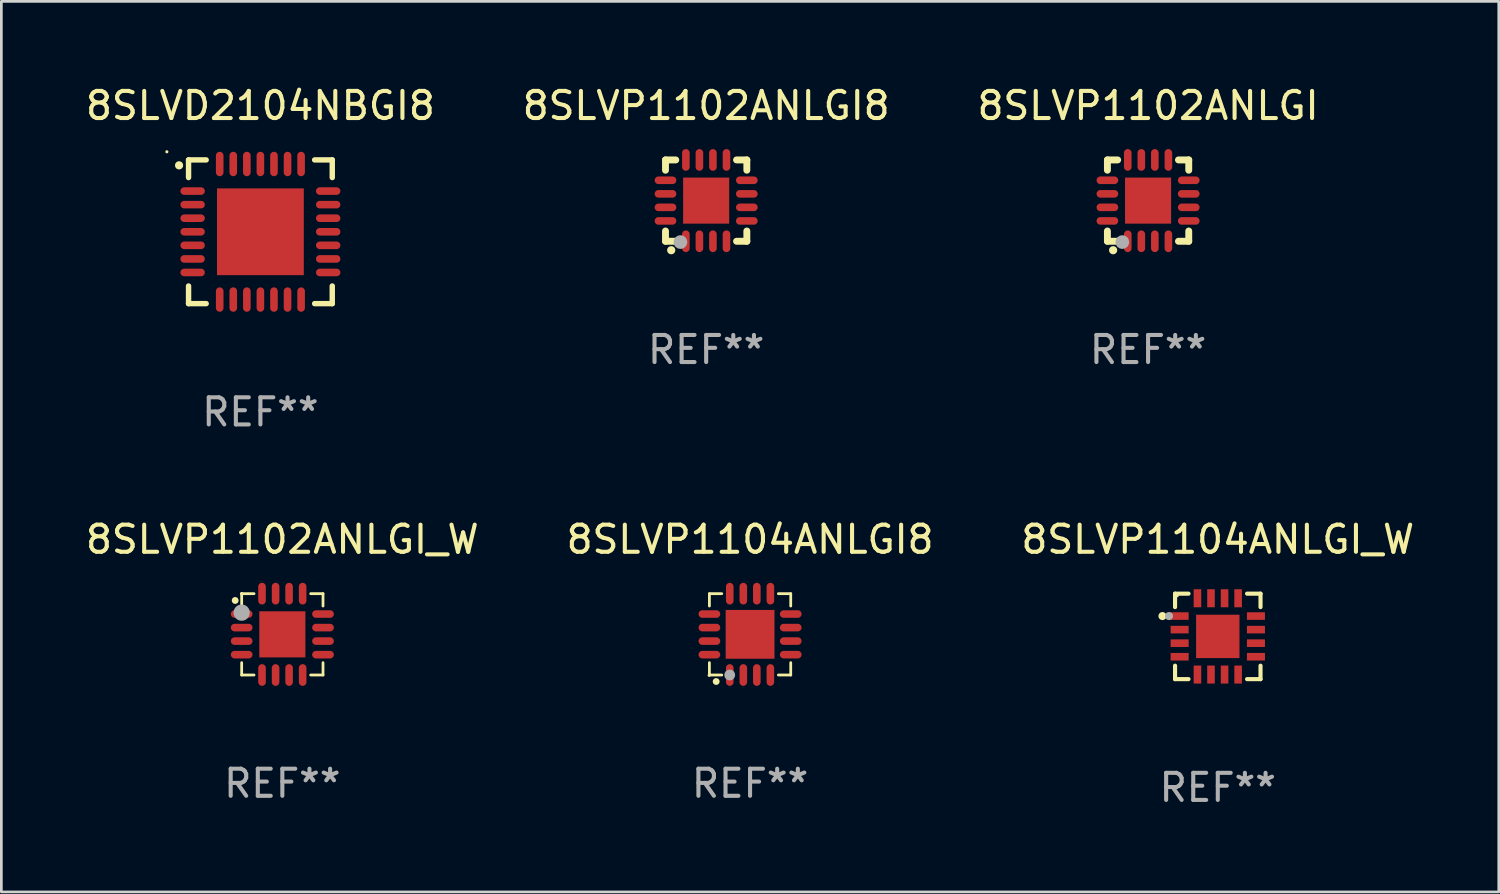
<source format=kicad_pcb>
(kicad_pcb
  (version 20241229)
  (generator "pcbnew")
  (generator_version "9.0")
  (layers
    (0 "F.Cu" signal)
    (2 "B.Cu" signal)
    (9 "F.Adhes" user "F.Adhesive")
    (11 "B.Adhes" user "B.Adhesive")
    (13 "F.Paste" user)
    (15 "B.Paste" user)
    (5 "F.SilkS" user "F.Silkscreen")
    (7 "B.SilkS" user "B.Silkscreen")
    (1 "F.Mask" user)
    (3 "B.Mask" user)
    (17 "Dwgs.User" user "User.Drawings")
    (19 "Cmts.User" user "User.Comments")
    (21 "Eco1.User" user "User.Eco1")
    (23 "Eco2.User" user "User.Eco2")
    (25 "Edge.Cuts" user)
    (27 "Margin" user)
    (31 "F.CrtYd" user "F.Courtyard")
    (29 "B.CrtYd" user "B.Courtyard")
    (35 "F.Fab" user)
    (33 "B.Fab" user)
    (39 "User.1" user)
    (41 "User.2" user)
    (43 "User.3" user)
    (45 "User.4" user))
  (footprint "8SLVP1102ANLGI8"
    (layer "F.Cu")
    (at 22.994 4.348)
    (property "Reference" "8SLVP1102ANLGI8" (at 0 -3.5 0) (layer "F.SilkS") (effects (font (size 1 1) (thickness 0.15))))
    (attr through_hole)
    (fp_line (start -1.5 -1.5) (end -1.121 -1.5) (stroke (width 0.254) (type solid)) (layer "F.SilkS"))
    (fp_line (start -1.5 -1.12) (end -1.5 -1.5) (stroke (width 0.254) (type solid)) (layer "F.SilkS"))
    (fp_line (start -1.5 1.5) (end -1.5 1.121) (stroke (width 0.254) (type solid)) (layer "F.SilkS"))
    (fp_line (start -1.121 1.5) (end -1.5 1.5) (stroke (width 0.254) (type solid)) (layer "F.SilkS"))
    (fp_line (start 1.12 -1.5) (end 1.5 -1.5) (stroke (width 0.254) (type solid)) (layer "F.SilkS"))
    (fp_line (start 1.5 -1.5) (end 1.5 -1.12) (stroke (width 0.254) (type solid)) (layer "F.SilkS"))
    (fp_line (start 1.5 1.121) (end 1.5 1.5) (stroke (width 0.254) (type solid)) (layer "F.SilkS"))
    (fp_line (start 1.5 1.5) (end 1.12 1.5) (stroke (width 0.254) (type solid)) (layer "F.SilkS"))
    (fp_arc (start -1.290005 1.83001) (mid -1.288735 1.830005) (end -1.287465 1.83001) (stroke (width 0.3) (type solid)) (layer "F.SilkS"))
    (fp_circle (center -1.5 1.5) (end -1.47 1.5) (stroke (width 0.06) (type solid)) (fill no) (layer "F.SilkS"))
    (fp_circle (center -0.95 1.53) (end -0.823 1.53) (stroke (width 0.254) (type solid)) (fill no) (layer "F.Fab"))
    (fp_text user "REF**" (at 0 5.5 0) (layer "F.Fab") (effects (font (size 1 1) (thickness 0.15))))
    (pad "1" smd oval (at -0.749 1.5 180) (size 0.28 0.8) (layers "F.Cu" "F.Mask" "F.Paste"))
    (pad "2" smd oval (at -0.249 1.5 180) (size 0.28 0.8) (layers "F.Cu" "F.Mask" "F.Paste"))
    (pad "3" smd oval (at 0.249 1.5 180) (size 0.28 0.8) (layers "F.Cu" "F.Mask" "F.Paste"))
    (pad "4" smd oval (at 0.749 1.5 180) (size 0.28 0.8) (layers "F.Cu" "F.Mask" "F.Paste"))
    (pad "5" smd oval (at 1.5 0.749 90) (size 0.28 0.8) (layers "F.Cu" "F.Mask" "F.Paste"))
    (pad "6" smd oval (at 1.5 0.249 90) (size 0.28 0.8) (layers "F.Cu" "F.Mask" "F.Paste"))
    (pad "7" smd oval (at 1.5 -0.249 90) (size 0.28 0.8) (layers "F.Cu" "F.Mask" "F.Paste"))
    (pad "8" smd oval (at 1.5 -0.749 90) (size 0.28 0.8) (layers "F.Cu" "F.Mask" "F.Paste"))
    (pad "9" smd oval (at 0.749 -1.5 180) (size 0.28 0.8) (layers "F.Cu" "F.Mask" "F.Paste"))
    (pad "10" smd oval (at 0.249 -1.5 180) (size 0.28 0.8) (layers "F.Cu" "F.Mask" "F.Paste"))
    (pad "11" smd oval (at -0.249 -1.5 180) (size 0.28 0.8) (layers "F.Cu" "F.Mask" "F.Paste"))
    (pad "12" smd oval (at -0.749 -1.5 180) (size 0.28 0.8) (layers "F.Cu" "F.Mask" "F.Paste"))
    (pad "13" smd oval (at -1.5 -0.749 90) (size 0.28 0.8) (layers "F.Cu" "F.Mask" "F.Paste"))
    (pad "14" smd oval (at -1.5 -0.249 90) (size 0.28 0.8) (layers "F.Cu" "F.Mask" "F.Paste"))
    (pad "15" smd oval (at -1.5 0.249 90) (size 0.28 0.8) (layers "F.Cu" "F.Mask" "F.Paste"))
    (pad "16" smd oval (at -1.5 0.749 90) (size 0.28 0.8) (layers "F.Cu" "F.Mask" "F.Paste"))
    (pad "17" smd rect (at -0.000114 0.000114 90) (size 1.7 1.7) (layers "F.Cu" "F.Mask" "F.Paste")))
  (footprint "8SLVP1104ANLGI8"
    (layer "F.Cu")
    (at 24.613 20.345)
    (property "Reference" "8SLVP1104ANLGI8" (at 0 -3.5 0) (layer "F.SilkS") (effects (font (size 1 1) (thickness 0.15))))
    (attr through_hole)
    (fp_line (start -1.5 -1.5) (end -1.5 -1.044) (stroke (width 0.102) (type solid)) (layer "F.SilkS"))
    (fp_line (start -1.5 -1.5) (end -1.044 -1.5) (stroke (width 0.102) (type solid)) (layer "F.SilkS"))
    (fp_line (start -1.5 1.044) (end -1.5 1.5) (stroke (width 0.102) (type solid)) (layer "F.SilkS"))
    (fp_line (start -1.5 1.5) (end -1.044 1.5) (stroke (width 0.102) (type solid)) (layer "F.SilkS"))
    (fp_line (start 1.044 -1.5) (end 1.5 -1.5) (stroke (width 0.102) (type solid)) (layer "F.SilkS"))
    (fp_line (start 1.044 1.5) (end 1.5 1.5) (stroke (width 0.102) (type solid)) (layer "F.SilkS"))
    (fp_line (start 1.5 -1.044) (end 1.5 -1.5) (stroke (width 0.102) (type solid)) (layer "F.SilkS"))
    (fp_line (start 1.5 1.5) (end 1.5 1.044) (stroke (width 0.102) (type solid)) (layer "F.SilkS"))
    (fp_arc (start -1.251283 1.740005) (mid -1.250013 1.739934) (end -1.248743 1.740005) (stroke (width 0.25) (type solid)) (layer "F.SilkS"))
    (fp_circle (center -1.509 1.51) (end -1.479 1.51) (stroke (width 0.06) (type solid)) (fill no) (layer "F.SilkS"))
    (fp_circle (center -0.75 1.5) (end -0.65 1.5) (stroke (width 0.2) (type solid)) (fill no) (layer "F.Fab"))
    (fp_text user "REF**" (at 0 5.5 0) (layer "F.Fab") (effects (font (size 1 1) (thickness 0.15))))
    (pad "1" smd oval (at -0.749 1.5) (size 0.28 0.8) (layers "F.Cu" "F.Mask" "F.Paste"))
    (pad "2" smd oval (at -0.249 1.5) (size 0.28 0.8) (layers "F.Cu" "F.Mask" "F.Paste"))
    (pad "3" smd oval (at 0.249 1.5) (size 0.28 0.8) (layers "F.Cu" "F.Mask" "F.Paste"))
    (pad "4" smd oval (at 0.749 1.5) (size 0.28 0.8) (layers "F.Cu" "F.Mask" "F.Paste"))
    (pad "5" smd oval (at 1.5 0.749) (size 0.8 0.28) (layers "F.Cu" "F.Mask" "F.Paste"))
    (pad "6" smd oval (at 1.5 0.249) (size 0.8 0.28) (layers "F.Cu" "F.Mask" "F.Paste"))
    (pad "7" smd oval (at 1.5 -0.249) (size 0.8 0.28) (layers "F.Cu" "F.Mask" "F.Paste"))
    (pad "8" smd oval (at 1.5 -0.749) (size 0.8 0.28) (layers "F.Cu" "F.Mask" "F.Paste"))
    (pad "9" smd oval (at 0.749 -1.5) (size 0.28 0.8) (layers "F.Cu" "F.Mask" "F.Paste"))
    (pad "10" smd oval (at 0.249 -1.5) (size 0.28 0.8) (layers "F.Cu" "F.Mask" "F.Paste"))
    (pad "11" smd oval (at -0.249 -1.5) (size 0.28 0.8) (layers "F.Cu" "F.Mask" "F.Paste"))
    (pad "12" smd oval (at -0.749 -1.5) (size 0.28 0.8) (layers "F.Cu" "F.Mask" "F.Paste"))
    (pad "13" smd oval (at -1.5 -0.749) (size 0.8 0.28) (layers "F.Cu" "F.Mask" "F.Paste"))
    (pad "14" smd oval (at -1.5 -0.249) (size 0.8 0.28) (layers "F.Cu" "F.Mask" "F.Paste"))
    (pad "15" smd oval (at -1.5 0.249) (size 0.8 0.28) (layers "F.Cu" "F.Mask" "F.Paste"))
    (pad "16" smd oval (at -1.5 0.749) (size 0.8 0.28) (layers "F.Cu" "F.Mask" "F.Paste"))
    (pad "17" smd rect (at 0.000152 -0.000076 90) (size 1.8 1.8) (layers "F.Cu" "F.Mask" "F.Paste")))
  (footprint "8SLVP1104ANLGI_W"
    (layer "F.Cu")
    (at 41.863 20.421)
    (property "Reference" "8SLVP1104ANLGI_W" (at 0 -3.576 0) (layer "F.SilkS") (effects (font (size 1 1) (thickness 0.15))))
    (attr through_hole)
    (fp_line (start -1.576 -1.576) (end -1.576 -1.08) (stroke (width 0.152) (type solid)) (layer "F.SilkS"))
    (fp_line (start -1.576 1.576) (end -1.576 1.08) (stroke (width 0.152) (type solid)) (layer "F.SilkS"))
    (fp_line (start -1.08 -1.576) (end -1.576 -1.576) (stroke (width 0.152) (type solid)) (layer "F.SilkS"))
    (fp_line (start -1.08 1.576) (end -1.576 1.576) (stroke (width 0.152) (type solid)) (layer "F.SilkS"))
    (fp_line (start 1.08 -1.576) (end 1.576 -1.576) (stroke (width 0.152) (type solid)) (layer "F.SilkS"))
    (fp_line (start 1.08 1.576) (end 1.576 1.576) (stroke (width 0.152) (type solid)) (layer "F.SilkS"))
    (fp_line (start 1.576 -1.576) (end 1.576 -1.08) (stroke (width 0.152) (type solid)) (layer "F.SilkS"))
    (fp_line (start 1.576 1.576) (end 1.576 1.08) (stroke (width 0.152) (type solid)) (layer "F.SilkS"))
    (fp_circle (center -2.04 -0.75) (end -1.965 -0.75) (stroke (width 0.15) (type solid)) (fill no) (layer "F.SilkS"))
    (fp_circle (center -1.5 -1.5) (end -1.47 -1.5) (stroke (width 0.06) (type solid)) (fill no) (layer "F.SilkS"))
    (fp_circle (center -1.8 -0.75) (end -1.725 -0.75) (stroke (width 0.15) (type solid)) (fill no) (layer "F.Fab"))
    (fp_text user "REF**" (at 0 5.576 0) (layer "F.Fab") (effects (font (size 1 1) (thickness 0.15))))
    (pad "1" smd rect (at -1.407 -0.75 270) (size 0.28 0.665) (layers "F.Cu" "F.Mask" "F.Paste"))
    (pad "2" smd rect (at -1.407 -0.25 270) (size 0.28 0.665) (layers "F.Cu" "F.Mask" "F.Paste"))
    (pad "3" smd rect (at -1.407 0.25 270) (size 0.28 0.665) (layers "F.Cu" "F.Mask" "F.Paste"))
    (pad "4" smd rect (at -1.407 0.75 270) (size 0.28 0.665) (layers "F.Cu" "F.Mask" "F.Paste"))
    (pad "5" smd rect (at -0.75 1.407 270) (size 0.665 0.28) (layers "F.Cu" "F.Mask" "F.Paste"))
    (pad "6" smd rect (at -0.25 1.407 270) (size 0.665 0.28) (layers "F.Cu" "F.Mask" "F.Paste"))
    (pad "7" smd rect (at 0.25 1.407 270) (size 0.665 0.28) (layers "F.Cu" "F.Mask" "F.Paste"))
    (pad "8" smd rect (at 0.75 1.407 270) (size 0.665 0.28) (layers "F.Cu" "F.Mask" "F.Paste"))
    (pad "9" smd rect (at 1.407 0.75 270) (size 0.28 0.665) (layers "F.Cu" "F.Mask" "F.Paste"))
    (pad "10" smd rect (at 1.407 0.25 270) (size 0.28 0.665) (layers "F.Cu" "F.Mask" "F.Paste"))
    (pad "11" smd rect (at 1.407 -0.25 270) (size 0.28 0.665) (layers "F.Cu" "F.Mask" "F.Paste"))
    (pad "12" smd rect (at 1.407 -0.75 270) (size 0.28 0.665) (layers "F.Cu" "F.Mask" "F.Paste"))
    (pad "13" smd rect (at 0.75 -1.407 270) (size 0.665 0.28) (layers "F.Cu" "F.Mask" "F.Paste"))
    (pad "14" smd rect (at 0.25 -1.407 270) (size 0.665 0.28) (layers "F.Cu" "F.Mask" "F.Paste"))
    (pad "15" smd rect (at -0.25 -1.407 270) (size 0.665 0.28) (layers "F.Cu" "F.Mask" "F.Paste"))
    (pad "16" smd rect (at -0.75 -1.407 270) (size 0.665 0.28) (layers "F.Cu" "F.Mask" "F.Paste"))
    (pad "17" smd rect (at 0 0 270) (size 1.6 1.6) (layers "F.Cu" "F.Mask" "F.Paste")))
  (footprint "8SLVD2104NBGI8"
    (layer "F.Cu")
    (at 6.554 5.498)
    (property "Reference" "8SLVD2104NBGI8" (at 0 -4.65 0) (layer "F.SilkS") (effects (font (size 1 1) (thickness 0.15))))
    (attr through_hole)
    (fp_line (start -2.65 -2.65) (end -2 -2.65) (stroke (width 0.2) (type solid)) (layer "F.SilkS"))
    (fp_line (start -2.65 -2) (end -2.65 -2.65) (stroke (width 0.2) (type solid)) (layer "F.SilkS"))
    (fp_line (start -2.65 2) (end -2.65 2.65) (stroke (width 0.2) (type solid)) (layer "F.SilkS"))
    (fp_line (start -2.65 2.65) (end -2 2.65) (stroke (width 0.2) (type solid)) (layer "F.SilkS"))
    (fp_line (start 2 2.65) (end 2.65 2.65) (stroke (width 0.2) (type solid)) (layer "F.SilkS"))
    (fp_line (start 2.65 -2.65) (end 2 -2.65) (stroke (width 0.2) (type solid)) (layer "F.SilkS"))
    (fp_line (start 2.65 -2) (end 2.65 -2.65) (stroke (width 0.2) (type solid)) (layer "F.SilkS"))
    (fp_line (start 2.65 2.65) (end 2.65 2) (stroke (width 0.2) (type solid)) (layer "F.SilkS"))
    (fp_arc (start -2.999746 -2.448565) (mid -2.999751 -2.449835) (end -2.999746 -2.451105) (stroke (width 0.3) (type solid)) (layer "F.SilkS"))
    (fp_circle (center -3.45 -2.95) (end -3.42 -2.95) (stroke (width 0.06) (type solid)) (fill no) (layer "F.SilkS"))
    (fp_text user "REF**" (at 0 6.65 0) (layer "F.Fab") (effects (font (size 1 1) (thickness 0.15))))
    (pad "1" smd oval (at -2.5 -1.501 90) (size 0.28 0.9) (layers "F.Cu" "F.Mask" "F.Paste"))
    (pad "2" smd oval (at -2.5 -1.001 90) (size 0.28 0.9) (layers "F.Cu" "F.Mask" "F.Paste"))
    (pad "3" smd oval (at -2.5 -0.5 90) (size 0.28 0.9) (layers "F.Cu" "F.Mask" "F.Paste"))
    (pad "4" smd oval (at -2.5 0.000076 90) (size 0.28 0.9) (layers "F.Cu" "F.Mask" "F.Paste"))
    (pad "5" smd oval (at -2.5 0.5 90) (size 0.28 0.9) (layers "F.Cu" "F.Mask" "F.Paste"))
    (pad "6" smd oval (at -2.5 1.001 90) (size 0.28 0.9) (layers "F.Cu" "F.Mask" "F.Paste"))
    (pad "7" smd oval (at -2.5 1.501 90) (size 0.28 0.9) (layers "F.Cu" "F.Mask" "F.Paste"))
    (pad "8" smd oval (at -1.501 2.5) (size 0.28 0.9) (layers "F.Cu" "F.Mask" "F.Paste"))
    (pad "9" smd oval (at -1.001 2.5) (size 0.28 0.9) (layers "F.Cu" "F.Mask" "F.Paste"))
    (pad "10" smd oval (at -0.5 2.5) (size 0.28 0.9) (layers "F.Cu" "F.Mask" "F.Paste"))
    (pad "11" smd oval (at -0.000076 2.5) (size 0.28 0.9) (layers "F.Cu" "F.Mask" "F.Paste"))
    (pad "12" smd oval (at 0.5 2.5) (size 0.28 0.9) (layers "F.Cu" "F.Mask" "F.Paste"))
    (pad "13" smd oval (at 1.001 2.5) (size 0.28 0.9) (layers "F.Cu" "F.Mask" "F.Paste"))
    (pad "14" smd oval (at 1.501 2.5) (size 0.28 0.9) (layers "F.Cu" "F.Mask" "F.Paste"))
    (pad "15" smd oval (at 2.5 1.501 90) (size 0.28 0.9) (layers "F.Cu" "F.Mask" "F.Paste"))
    (pad "16" smd oval (at 2.5 1.001 90) (size 0.28 0.9) (layers "F.Cu" "F.Mask" "F.Paste"))
    (pad "17" smd oval (at 2.5 0.5 90) (size 0.28 0.9) (layers "F.Cu" "F.Mask" "F.Paste"))
    (pad "18" smd oval (at 2.5 0.000076 90) (size 0.28 0.9) (layers "F.Cu" "F.Mask" "F.Paste"))
    (pad "19" smd oval (at 2.5 -0.5 90) (size 0.28 0.9) (layers "F.Cu" "F.Mask" "F.Paste"))
    (pad "20" smd oval (at 2.5 -1.001 90) (size 0.28 0.9) (layers "F.Cu" "F.Mask" "F.Paste"))
    (pad "21" smd oval (at 2.5 -1.501 90) (size 0.28 0.9) (layers "F.Cu" "F.Mask" "F.Paste"))
    (pad "22" smd oval (at 1.501 -2.5) (size 0.28 0.9) (layers "F.Cu" "F.Mask" "F.Paste"))
    (pad "23" smd oval (at 1.001 -2.5) (size 0.28 0.9) (layers "F.Cu" "F.Mask" "F.Paste"))
    (pad "24" smd oval (at 0.5 -2.5) (size 0.28 0.9) (layers "F.Cu" "F.Mask" "F.Paste"))
    (pad "25" smd oval (at -0.000076 -2.5) (size 0.28 0.9) (layers "F.Cu" "F.Mask" "F.Paste"))
    (pad "26" smd oval (at -0.5 -2.5) (size 0.28 0.9) (layers "F.Cu" "F.Mask" "F.Paste"))
    (pad "27" smd oval (at -1.001 -2.5) (size 0.28 0.9) (layers "F.Cu" "F.Mask" "F.Paste"))
    (pad "28" smd oval (at -1.501 -2.5) (size 0.28 0.9) (layers "F.Cu" "F.Mask" "F.Paste"))
    (pad "29" smd rect (at -0.000076 0.000076) (size 3.2 3.2) (layers "F.Cu" "F.Mask" "F.Paste")))
  (footprint "8SLVP1102ANLGI"
    (layer "F.Cu")
    (at 39.292 4.348)
    (property "Reference" "8SLVP1102ANLGI" (at 0 -3.5 0) (layer "F.SilkS") (effects (font (size 1 1) (thickness 0.15))))
    (attr through_hole)
    (fp_line (start -1.5 -1.5) (end -1.121 -1.5) (stroke (width 0.254) (type solid)) (layer "F.SilkS"))
    (fp_line (start -1.5 -1.12) (end -1.5 -1.5) (stroke (width 0.254) (type solid)) (layer "F.SilkS"))
    (fp_line (start -1.5 1.5) (end -1.5 1.121) (stroke (width 0.254) (type solid)) (layer "F.SilkS"))
    (fp_line (start -1.121 1.5) (end -1.5 1.5) (stroke (width 0.254) (type solid)) (layer "F.SilkS"))
    (fp_line (start 1.12 -1.5) (end 1.5 -1.5) (stroke (width 0.254) (type solid)) (layer "F.SilkS"))
    (fp_line (start 1.5 -1.5) (end 1.5 -1.12) (stroke (width 0.254) (type solid)) (layer "F.SilkS"))
    (fp_line (start 1.5 1.121) (end 1.5 1.5) (stroke (width 0.254) (type solid)) (layer "F.SilkS"))
    (fp_line (start 1.5 1.5) (end 1.12 1.5) (stroke (width 0.254) (type solid)) (layer "F.SilkS"))
    (fp_arc (start -1.290005 1.83001) (mid -1.288735 1.830005) (end -1.287465 1.83001) (stroke (width 0.3) (type solid)) (layer "F.SilkS"))
    (fp_circle (center -1.5 1.5) (end -1.47 1.5) (stroke (width 0.06) (type solid)) (fill no) (layer "F.SilkS"))
    (fp_circle (center -0.95 1.53) (end -0.823 1.53) (stroke (width 0.254) (type solid)) (fill no) (layer "F.Fab"))
    (fp_text user "REF**" (at 0 5.5 0) (layer "F.Fab") (effects (font (size 1 1) (thickness 0.15))))
    (pad "1" smd oval (at -0.749 1.5 180) (size 0.28 0.8) (layers "F.Cu" "F.Mask" "F.Paste"))
    (pad "2" smd oval (at -0.249 1.5 180) (size 0.28 0.8) (layers "F.Cu" "F.Mask" "F.Paste"))
    (pad "3" smd oval (at 0.249 1.5 180) (size 0.28 0.8) (layers "F.Cu" "F.Mask" "F.Paste"))
    (pad "4" smd oval (at 0.749 1.5 180) (size 0.28 0.8) (layers "F.Cu" "F.Mask" "F.Paste"))
    (pad "5" smd oval (at 1.5 0.749 90) (size 0.28 0.8) (layers "F.Cu" "F.Mask" "F.Paste"))
    (pad "6" smd oval (at 1.5 0.249 90) (size 0.28 0.8) (layers "F.Cu" "F.Mask" "F.Paste"))
    (pad "7" smd oval (at 1.5 -0.249 90) (size 0.28 0.8) (layers "F.Cu" "F.Mask" "F.Paste"))
    (pad "8" smd oval (at 1.5 -0.749 90) (size 0.28 0.8) (layers "F.Cu" "F.Mask" "F.Paste"))
    (pad "9" smd oval (at 0.749 -1.5 180) (size 0.28 0.8) (layers "F.Cu" "F.Mask" "F.Paste"))
    (pad "10" smd oval (at 0.249 -1.5 180) (size 0.28 0.8) (layers "F.Cu" "F.Mask" "F.Paste"))
    (pad "11" smd oval (at -0.249 -1.5 180) (size 0.28 0.8) (layers "F.Cu" "F.Mask" "F.Paste"))
    (pad "12" smd oval (at -0.749 -1.5 180) (size 0.28 0.8) (layers "F.Cu" "F.Mask" "F.Paste"))
    (pad "13" smd oval (at -1.5 -0.749 90) (size 0.28 0.8) (layers "F.Cu" "F.Mask" "F.Paste"))
    (pad "14" smd oval (at -1.5 -0.249 90) (size 0.28 0.8) (layers "F.Cu" "F.Mask" "F.Paste"))
    (pad "15" smd oval (at -1.5 0.249 90) (size 0.28 0.8) (layers "F.Cu" "F.Mask" "F.Paste"))
    (pad "16" smd oval (at -1.5 0.749 90) (size 0.28 0.8) (layers "F.Cu" "F.Mask" "F.Paste"))
    (pad "17" smd rect (at -0.000114 0.000114 90) (size 1.7 1.7) (layers "F.Cu" "F.Mask" "F.Paste")))
  (footprint "8SLVP1102ANLGI_W"
    (layer "F.Cu")
    (at 7.363 20.345)
    (property "Reference" "8SLVP1102ANLGI_W" (at 0 -3.5 0) (layer "F.SilkS") (effects (font (size 1 1) (thickness 0.15))))
    (attr through_hole)
    (fp_line (start -1.5 -1.5) (end -1.5 -1.044) (stroke (width 0.102) (type solid)) (layer "F.SilkS"))
    (fp_line (start -1.5 1.044) (end -1.5 1.5) (stroke (width 0.102) (type solid)) (layer "F.SilkS"))
    (fp_line (start -1.5 1.5) (end -1.044 1.5) (stroke (width 0.102) (type solid)) (layer "F.SilkS"))
    (fp_line (start -1.044 -1.5) (end -1.5 -1.5) (stroke (width 0.102) (type solid)) (layer "F.SilkS"))
    (fp_line (start 1.044 1.5) (end 1.5 1.5) (stroke (width 0.102) (type solid)) (layer "F.SilkS"))
    (fp_line (start 1.5 -1.5) (end 1.044 -1.5) (stroke (width 0.102) (type solid)) (layer "F.SilkS"))
    (fp_line (start 1.5 -1.5) (end 1.5 -1.044) (stroke (width 0.102) (type solid)) (layer "F.SilkS"))
    (fp_line (start 1.5 1.044) (end 1.5 1.5) (stroke (width 0.102) (type solid)) (layer "F.SilkS"))
    (fp_arc (start -1.740005 -1.248743) (mid -1.740076 -1.250013) (end -1.740005 -1.251283) (stroke (width 0.25) (type solid)) (layer "F.SilkS"))
    (fp_circle (center -1.5 -1.5) (end -1.47 -1.5) (stroke (width 0.06) (type solid)) (fill no) (layer "F.SilkS"))
    (fp_circle (center -1.5 -0.8) (end -1.35 -0.8) (stroke (width 0.3) (type solid)) (fill no) (layer "F.Fab"))
    (fp_text user "REF**" (at 0 5.5 0) (layer "F.Fab") (effects (font (size 1 1) (thickness 0.15))))
    (pad "1" smd oval (at -1.5 -0.749) (size 0.8 0.28) (layers "F.Cu" "F.Mask" "F.Paste"))
    (pad "2" smd oval (at -1.5 -0.249) (size 0.8 0.28) (layers "F.Cu" "F.Mask" "F.Paste"))
    (pad "3" smd oval (at -1.5 0.249) (size 0.8 0.28) (layers "F.Cu" "F.Mask" "F.Paste"))
    (pad "4" smd oval (at -1.5 0.749) (size 0.8 0.28) (layers "F.Cu" "F.Mask" "F.Paste"))
    (pad "5" smd oval (at -0.749 1.5) (size 0.28 0.8) (layers "F.Cu" "F.Mask" "F.Paste"))
    (pad "6" smd oval (at -0.249 1.5) (size 0.28 0.8) (layers "F.Cu" "F.Mask" "F.Paste"))
    (pad "7" smd oval (at 0.249 1.5) (size 0.28 0.8) (layers "F.Cu" "F.Mask" "F.Paste"))
    (pad "8" smd oval (at 0.749 1.5) (size 0.28 0.8) (layers "F.Cu" "F.Mask" "F.Paste"))
    (pad "9" smd oval (at 1.5 0.749) (size 0.8 0.28) (layers "F.Cu" "F.Mask" "F.Paste"))
    (pad "10" smd oval (at 1.5 0.249) (size 0.8 0.28) (layers "F.Cu" "F.Mask" "F.Paste"))
    (pad "11" smd oval (at 1.5 -0.249) (size 0.8 0.28) (layers "F.Cu" "F.Mask" "F.Paste"))
    (pad "12" smd oval (at 1.5 -0.749) (size 0.8 0.28) (layers "F.Cu" "F.Mask" "F.Paste"))
    (pad "13" smd oval (at 0.749 -1.5) (size 0.28 0.8) (layers "F.Cu" "F.Mask" "F.Paste"))
    (pad "14" smd oval (at 0.249 -1.5) (size 0.28 0.8) (layers "F.Cu" "F.Mask" "F.Paste"))
    (pad "15" smd oval (at -0.249 -1.5) (size 0.28 0.8) (layers "F.Cu" "F.Mask" "F.Paste"))
    (pad "16" smd oval (at -0.749 -1.5) (size 0.28 0.8) (layers "F.Cu" "F.Mask" "F.Paste"))
    (pad "17" smd rect (at 0.000076 0.000152) (size 1.7 1.7) (layers "F.Cu" "F.Mask" "F.Paste")))
  (gr_rect
    (start -3 -3)
    (end 52.226 29.845)
    (stroke (width 0.1) (type default))
    (fill no)
    (layer "Edge.Cuts")))
</source>
